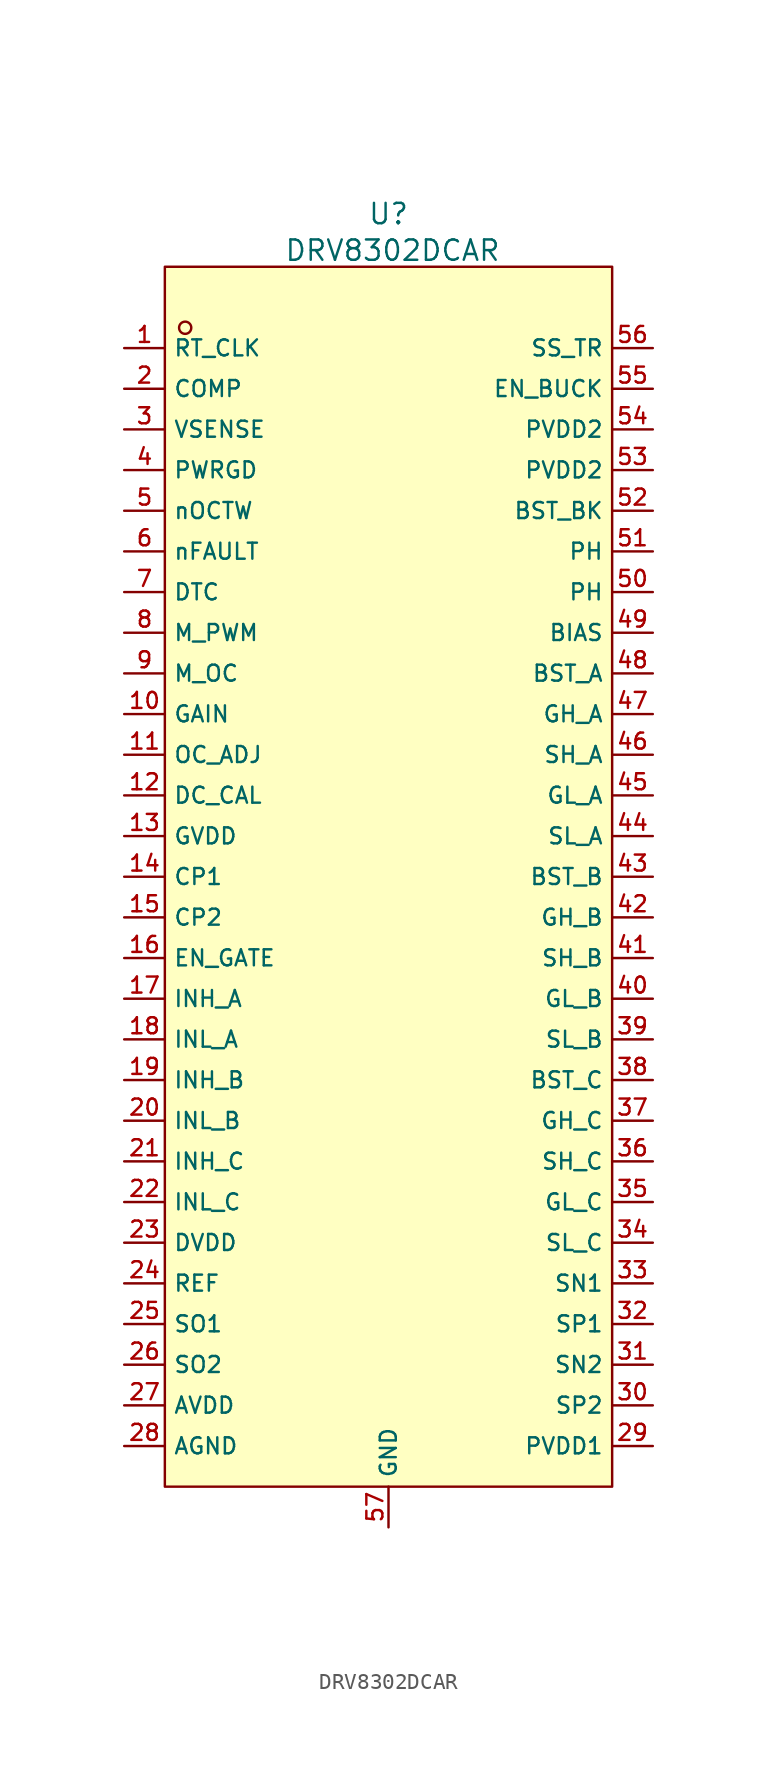
<source format=kicad_sym>
(kicad_symbol_lib
  (version 20231120)
  (generator "kicad_symbol_editor")
  (generator_version "8.0")
  (symbol "DRV8302DCAR"
    (property "Reference" "U"
      (at 0 41.402 0)
      (effects (font (size 1.27 1.27))))
    (property "Value" "DRV8302DCAR"
      (at 0.254 39.116 0)
      (effects (font (size 1.27 1.27))))
    (symbol "DRV8302DCAR_0_1"
      (rectangle (start -13.97 38.1) (end 13.97 -38.1) (stroke (width 0) (type default)) (fill (type background)))
      (circle (center -12.7 34.29) (radius 0.381) (stroke (width 0) (type default)) (fill (type background)))
      (pin unspecified line (at -16.51 33.02 0) (length 2.54) (name "RT_CLK" (effects (font (size 1 1)))) (number "1" (effects (font (size 1 1)))))
      (pin unspecified line (at -16.51 10.16 0) (length 2.54) (name "GAIN" (effects (font (size 1 1)))) (number "10" (effects (font (size 1 1)))))
      (pin unspecified line (at -16.51 7.62 0) (length 2.54) (name "OC_ADJ" (effects (font (size 1 1)))) (number "11" (effects (font (size 1 1)))))
      (pin unspecified line (at -16.51 5.08 0) (length 2.54) (name "DC_CAL" (effects (font (size 1 1)))) (number "12" (effects (font (size 1 1)))))
      (pin unspecified line (at -16.51 2.54 0) (length 2.54) (name "GVDD" (effects (font (size 1 1)))) (number "13" (effects (font (size 1 1)))))
      (pin unspecified line (at -16.51 0 0) (length 2.54) (name "CP1" (effects (font (size 1 1)))) (number "14" (effects (font (size 1 1)))))
      (pin unspecified line (at -16.51 -2.54 0) (length 2.54) (name "CP2" (effects (font (size 1 1)))) (number "15" (effects (font (size 1 1)))))
      (pin unspecified line (at -16.51 -5.08 0) (length 2.54) (name "EN_GATE" (effects (font (size 1 1)))) (number "16" (effects (font (size 1 1)))))
      (pin unspecified line (at -16.51 -7.62 0) (length 2.54) (name "INH_A" (effects (font (size 1 1)))) (number "17" (effects (font (size 1 1)))))
      (pin unspecified line (at -16.51 -10.16 0) (length 2.54) (name "INL_A" (effects (font (size 1 1)))) (number "18" (effects (font (size 1 1)))))
      (pin unspecified line (at -16.51 -12.7 0) (length 2.54) (name "INH_B" (effects (font (size 1 1)))) (number "19" (effects (font (size 1 1)))))
      (pin unspecified line (at -16.51 30.48 0) (length 2.54) (name "COMP" (effects (font (size 1 1)))) (number "2" (effects (font (size 1 1)))))
      (pin unspecified line (at -16.51 -15.24 0) (length 2.54) (name "INL_B" (effects (font (size 1 1)))) (number "20" (effects (font (size 1 1)))))
      (pin unspecified line (at -16.51 -17.78 0) (length 2.54) (name "INH_C" (effects (font (size 1 1)))) (number "21" (effects (font (size 1 1)))))
      (pin unspecified line (at -16.51 -20.32 0) (length 2.54) (name "INL_C" (effects (font (size 1 1)))) (number "22" (effects (font (size 1 1)))))
      (pin unspecified line (at -16.51 -22.86 0) (length 2.54) (name "DVDD" (effects (font (size 1 1)))) (number "23" (effects (font (size 1 1)))))
      (pin unspecified line (at -16.51 -25.4 0) (length 2.54) (name "REF" (effects (font (size 1 1)))) (number "24" (effects (font (size 1 1)))))
      (pin unspecified line (at -16.51 -27.94 0) (length 2.54) (name "SO1" (effects (font (size 1 1)))) (number "25" (effects (font (size 1 1)))))
      (pin unspecified line (at -16.51 -30.48 0) (length 2.54) (name "SO2" (effects (font (size 1 1)))) (number "26" (effects (font (size 1 1)))))
      (pin unspecified line (at -16.51 -33.02 0) (length 2.54) (name "AVDD" (effects (font (size 1 1)))) (number "27" (effects (font (size 1 1)))))
      (pin unspecified line (at -16.51 -35.56 0) (length 2.54) (name "AGND" (effects (font (size 1 1)))) (number "28" (effects (font (size 1 1)))))
      (pin unspecified line (at 16.51 -35.56 180) (length 2.54) (name "PVDD1" (effects (font (size 1 1)))) (number "29" (effects (font (size 1 1)))))
      (pin unspecified line (at -16.51 27.94 0) (length 2.54) (name "VSENSE" (effects (font (size 1 1)))) (number "3" (effects (font (size 1 1)))))
      (pin unspecified line (at 16.51 -33.02 180) (length 2.54) (name "SP2" (effects (font (size 1 1)))) (number "30" (effects (font (size 1 1)))))
      (pin unspecified line (at 16.51 -30.48 180) (length 2.54) (name "SN2" (effects (font (size 1 1)))) (number "31" (effects (font (size 1 1)))))
      (pin unspecified line (at 16.51 -27.94 180) (length 2.54) (name "SP1" (effects (font (size 1 1)))) (number "32" (effects (font (size 1 1)))))
      (pin unspecified line (at 16.51 -25.4 180) (length 2.54) (name "SN1" (effects (font (size 1 1)))) (number "33" (effects (font (size 1 1)))))
      (pin unspecified line (at 16.51 -22.86 180) (length 2.54) (name "SL_C" (effects (font (size 1 1)))) (number "34" (effects (font (size 1 1)))))
      (pin unspecified line (at 16.51 -20.32 180) (length 2.54) (name "GL_C" (effects (font (size 1 1)))) (number "35" (effects (font (size 1 1)))))
      (pin unspecified line (at 16.51 -17.78 180) (length 2.54) (name "SH_C" (effects (font (size 1 1)))) (number "36" (effects (font (size 1 1)))))
      (pin unspecified line (at 16.51 -15.24 180) (length 2.54) (name "GH_C" (effects (font (size 1 1)))) (number "37" (effects (font (size 1 1)))))
      (pin unspecified line (at 16.51 -12.7 180) (length 2.54) (name "BST_C" (effects (font (size 1 1)))) (number "38" (effects (font (size 1 1)))))
      (pin unspecified line (at 16.51 -10.16 180) (length 2.54) (name "SL_B" (effects (font (size 1 1)))) (number "39" (effects (font (size 1 1)))))
      (pin unspecified line (at -16.51 25.4 0) (length 2.54) (name "PWRGD" (effects (font (size 1 1)))) (number "4" (effects (font (size 1 1)))))
      (pin unspecified line (at 16.51 -7.62 180) (length 2.54) (name "GL_B" (effects (font (size 1 1)))) (number "40" (effects (font (size 1 1)))))
      (pin unspecified line (at 16.51 -5.08 180) (length 2.54) (name "SH_B" (effects (font (size 1 1)))) (number "41" (effects (font (size 1 1)))))
      (pin unspecified line (at 16.51 -2.54 180) (length 2.54) (name "GH_B" (effects (font (size 1 1)))) (number "42" (effects (font (size 1 1)))))
      (pin unspecified line (at 16.51 0 180) (length 2.54) (name "BST_B" (effects (font (size 1 1)))) (number "43" (effects (font (size 1 1)))))
      (pin unspecified line (at 16.51 2.54 180) (length 2.54) (name "SL_A" (effects (font (size 1 1)))) (number "44" (effects (font (size 1 1)))))
      (pin unspecified line (at 16.51 5.08 180) (length 2.54) (name "GL_A" (effects (font (size 1 1)))) (number "45" (effects (font (size 1 1)))))
      (pin unspecified line (at 16.51 7.62 180) (length 2.54) (name "SH_A" (effects (font (size 1 1)))) (number "46" (effects (font (size 1 1)))))
      (pin unspecified line (at 16.51 10.16 180) (length 2.54) (name "GH_A" (effects (font (size 1 1)))) (number "47" (effects (font (size 1 1)))))
      (pin unspecified line (at 16.51 12.7 180) (length 2.54) (name "BST_A" (effects (font (size 1 1)))) (number "48" (effects (font (size 1 1)))))
      (pin unspecified line (at 16.51 15.24 180) (length 2.54) (name "BIAS" (effects (font (size 1 1)))) (number "49" (effects (font (size 1 1)))))
      (pin unspecified line (at -16.51 22.86 0) (length 2.54) (name "nOCTW" (effects (font (size 1 1)))) (number "5" (effects (font (size 1 1)))))
      (pin unspecified line (at 16.51 17.78 180) (length 2.54) (name "PH" (effects (font (size 1 1)))) (number "50" (effects (font (size 1 1)))))
      (pin unspecified line (at 16.51 20.32 180) (length 2.54) (name "PH" (effects (font (size 1 1)))) (number "51" (effects (font (size 1 1)))))
      (pin unspecified line (at 16.51 22.86 180) (length 2.54) (name "BST_BK" (effects (font (size 1 1)))) (number "52" (effects (font (size 1 1)))))
      (pin unspecified line (at 16.51 25.4 180) (length 2.54) (name "PVDD2" (effects (font (size 1 1)))) (number "53" (effects (font (size 1 1)))))
      (pin unspecified line (at 16.51 27.94 180) (length 2.54) (name "PVDD2" (effects (font (size 1 1)))) (number "54" (effects (font (size 1 1)))))
      (pin unspecified line (at 16.51 30.48 180) (length 2.54) (name "EN_BUCK" (effects (font (size 1 1)))) (number "55" (effects (font (size 1 1)))))
      (pin unspecified line (at 16.51 33.02 180) (length 2.54) (name "SS_TR" (effects (font (size 1 1)))) (number "56" (effects (font (size 1 1)))))
      (pin unspecified line (at 0 -40.64 90) (length 2.54) (name "GND" (effects (font (size 1 1)))) (number "57" (effects (font (size 1 1)))))
      (pin unspecified line (at -16.51 20.32 0) (length 2.54) (name "nFAULT" (effects (font (size 1 1)))) (number "6" (effects (font (size 1 1)))))
      (pin unspecified line (at -16.51 17.78 0) (length 2.54) (name "DTC" (effects (font (size 1 1)))) (number "7" (effects (font (size 1 1)))))
      (pin unspecified line (at -16.51 15.24 0) (length 2.54) (name "M_PWM" (effects (font (size 1 1)))) (number "8" (effects (font (size 1 1)))))
      (pin unspecified line (at -16.51 12.7 0) (length 2.54) (name "M_OC" (effects (font (size 1 1)))) (number "9" (effects (font (size 1 1))))))))
</source>
